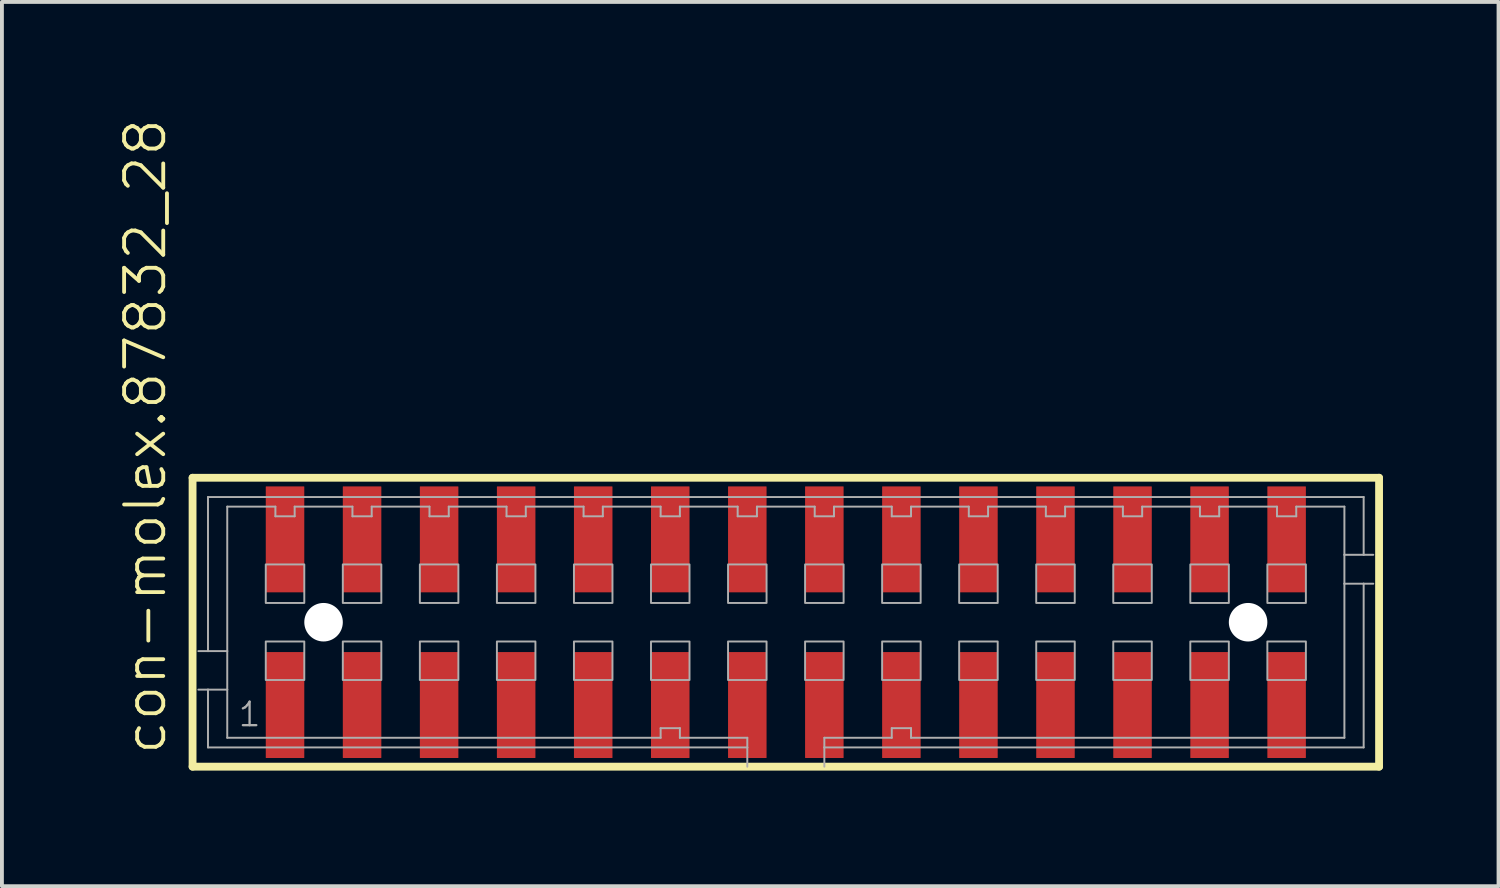
<source format=kicad_pcb>
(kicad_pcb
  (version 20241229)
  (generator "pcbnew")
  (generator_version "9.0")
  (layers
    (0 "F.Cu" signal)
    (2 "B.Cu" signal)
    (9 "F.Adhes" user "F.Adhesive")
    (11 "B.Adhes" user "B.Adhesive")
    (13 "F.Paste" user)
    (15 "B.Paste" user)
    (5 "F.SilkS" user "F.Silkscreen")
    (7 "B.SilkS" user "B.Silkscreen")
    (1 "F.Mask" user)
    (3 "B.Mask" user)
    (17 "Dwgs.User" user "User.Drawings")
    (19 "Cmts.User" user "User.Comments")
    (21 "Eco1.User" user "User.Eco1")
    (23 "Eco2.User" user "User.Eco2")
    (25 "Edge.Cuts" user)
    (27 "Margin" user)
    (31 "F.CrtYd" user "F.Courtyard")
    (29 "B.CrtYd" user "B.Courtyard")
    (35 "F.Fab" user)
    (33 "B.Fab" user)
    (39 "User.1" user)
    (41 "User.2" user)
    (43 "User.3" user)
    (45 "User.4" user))
  (footprint "con-molex.87832_28"
    (layer "F.Cu")
    (at 17.349 13.102)
    (property "Reference" "con-molex.87832_28" (at -16.032 3.493 90) (layer "F.SilkS") (effects (font (size 1.016 1.016) (thickness 0.1)) (justify left bottom)))
    (attr smd)
    (fp_line (start -15.4 -3.75) (end 15.4 -3.75) (stroke (width 0.203) (type default)) (layer "F.SilkS"))
    (fp_line (start -15.4 3.75) (end -15.4 -3.75) (stroke (width 0.203) (type default)) (layer "F.SilkS"))
    (fp_line (start 15.4 -3.75) (end 15.4 3.75) (stroke (width 0.203) (type default)) (layer "F.SilkS"))
    (fp_line (start 15.4 3.75) (end -15.4 3.75) (stroke (width 0.203) (type default)) (layer "F.SilkS"))
    (fp_line (start -15 -3.25) (end 15 -3.25) (stroke (width 0.051) (type default)) (layer "F.Fab"))
    (fp_line (start -15 0.75) (end -15.25 0.75) (stroke (width 0.051) (type default)) (layer "F.Fab"))
    (fp_line (start -15 0.75) (end -15 -3.25) (stroke (width 0.051) (type default)) (layer "F.Fab"))
    (fp_line (start -15 1.75) (end -15.25 1.75) (stroke (width 0.051) (type default)) (layer "F.Fab"))
    (fp_line (start -15 3.25) (end -15 1.75) (stroke (width 0.051) (type default)) (layer "F.Fab"))
    (fp_line (start -14.5 -3) (end -14.5 0.75) (stroke (width 0.051) (type default)) (layer "F.Fab"))
    (fp_line (start -14.5 0.75) (end -15 0.75) (stroke (width 0.051) (type default)) (layer "F.Fab"))
    (fp_line (start -14.5 0.75) (end -14.5 1.75) (stroke (width 0.051) (type default)) (layer "F.Fab"))
    (fp_line (start -14.5 1.75) (end -15 1.75) (stroke (width 0.051) (type default)) (layer "F.Fab"))
    (fp_line (start -14.5 1.75) (end -14.5 3) (stroke (width 0.051) (type default)) (layer "F.Fab"))
    (fp_line (start -14.5 3) (end -3.25 3) (stroke (width 0.051) (type default)) (layer "F.Fab"))
    (fp_line (start -13.25 -3) (end -14.5 -3) (stroke (width 0.051) (type default)) (layer "F.Fab"))
    (fp_line (start -13.25 -2.75) (end -13.25 -3) (stroke (width 0.051) (type default)) (layer "F.Fab"))
    (fp_line (start -12.75 -3) (end -12.75 -2.75) (stroke (width 0.051) (type default)) (layer "F.Fab"))
    (fp_line (start -12.75 -2.75) (end -13.25 -2.75) (stroke (width 0.051) (type default)) (layer "F.Fab"))
    (fp_line (start -11.25 -3) (end -12.75 -3) (stroke (width 0.051) (type default)) (layer "F.Fab"))
    (fp_line (start -11.25 -2.75) (end -11.25 -3) (stroke (width 0.051) (type default)) (layer "F.Fab"))
    (fp_line (start -10.75 -3) (end -10.75 -2.75) (stroke (width 0.051) (type default)) (layer "F.Fab"))
    (fp_line (start -10.75 -2.75) (end -11.25 -2.75) (stroke (width 0.051) (type default)) (layer "F.Fab"))
    (fp_line (start -9.25 -3) (end -10.75 -3) (stroke (width 0.051) (type default)) (layer "F.Fab"))
    (fp_line (start -9.25 -2.75) (end -9.25 -3) (stroke (width 0.051) (type default)) (layer "F.Fab"))
    (fp_line (start -8.75 -3) (end -8.75 -2.75) (stroke (width 0.051) (type default)) (layer "F.Fab"))
    (fp_line (start -8.75 -2.75) (end -9.25 -2.75) (stroke (width 0.051) (type default)) (layer "F.Fab"))
    (fp_line (start -7.25 -3) (end -8.75 -3) (stroke (width 0.051) (type default)) (layer "F.Fab"))
    (fp_line (start -7.25 -2.75) (end -7.25 -3) (stroke (width 0.051) (type default)) (layer "F.Fab"))
    (fp_line (start -6.75 -3) (end -6.75 -2.75) (stroke (width 0.051) (type default)) (layer "F.Fab"))
    (fp_line (start -6.75 -2.75) (end -7.25 -2.75) (stroke (width 0.051) (type default)) (layer "F.Fab"))
    (fp_line (start -5.25 -3) (end -6.75 -3) (stroke (width 0.051) (type default)) (layer "F.Fab"))
    (fp_line (start -5.25 -2.75) (end -5.25 -3) (stroke (width 0.051) (type default)) (layer "F.Fab"))
    (fp_line (start -4.75 -3) (end -4.75 -2.75) (stroke (width 0.051) (type default)) (layer "F.Fab"))
    (fp_line (start -4.75 -2.75) (end -5.25 -2.75) (stroke (width 0.051) (type default)) (layer "F.Fab"))
    (fp_line (start -3.25 -3) (end -4.75 -3) (stroke (width 0.051) (type default)) (layer "F.Fab"))
    (fp_line (start -3.25 -2.75) (end -3.25 -3) (stroke (width 0.051) (type default)) (layer "F.Fab"))
    (fp_line (start -3.25 2.75) (end -2.75 2.75) (stroke (width 0.051) (type default)) (layer "F.Fab"))
    (fp_line (start -3.25 3) (end -3.25 2.75) (stroke (width 0.051) (type default)) (layer "F.Fab"))
    (fp_line (start -2.75 -3) (end -2.75 -2.75) (stroke (width 0.051) (type default)) (layer "F.Fab"))
    (fp_line (start -2.75 -2.75) (end -3.25 -2.75) (stroke (width 0.051) (type default)) (layer "F.Fab"))
    (fp_line (start -2.75 2.75) (end -2.75 3) (stroke (width 0.051) (type default)) (layer "F.Fab"))
    (fp_line (start -2.75 3) (end -1 3) (stroke (width 0.051) (type default)) (layer "F.Fab"))
    (fp_line (start -1.25 -3) (end -2.75 -3) (stroke (width 0.051) (type default)) (layer "F.Fab"))
    (fp_line (start -1.25 -2.75) (end -1.25 -3) (stroke (width 0.051) (type default)) (layer "F.Fab"))
    (fp_line (start -1 3) (end -1 3.25) (stroke (width 0.051) (type default)) (layer "F.Fab"))
    (fp_line (start -1 3.25) (end -15 3.25) (stroke (width 0.051) (type default)) (layer "F.Fab"))
    (fp_line (start -1 3.25) (end -1 3.75) (stroke (width 0.051) (type default)) (layer "F.Fab"))
    (fp_line (start -0.75 -3) (end -0.75 -2.75) (stroke (width 0.051) (type default)) (layer "F.Fab"))
    (fp_line (start -0.75 -2.75) (end -1.25 -2.75) (stroke (width 0.051) (type default)) (layer "F.Fab"))
    (fp_line (start 0.75 -3) (end -0.75 -3) (stroke (width 0.051) (type default)) (layer "F.Fab"))
    (fp_line (start 0.75 -2.75) (end 0.75 -3) (stroke (width 0.051) (type default)) (layer "F.Fab"))
    (fp_line (start 1 3) (end 2.75 3) (stroke (width 0.051) (type default)) (layer "F.Fab"))
    (fp_line (start 1 3.25) (end 1 3) (stroke (width 0.051) (type default)) (layer "F.Fab"))
    (fp_line (start 1 3.75) (end 1 3.25) (stroke (width 0.051) (type default)) (layer "F.Fab"))
    (fp_line (start 1.25 -3) (end 1.25 -2.75) (stroke (width 0.051) (type default)) (layer "F.Fab"))
    (fp_line (start 1.25 -2.75) (end 0.75 -2.75) (stroke (width 0.051) (type default)) (layer "F.Fab"))
    (fp_line (start 2.75 -3) (end 1.25 -3) (stroke (width 0.051) (type default)) (layer "F.Fab"))
    (fp_line (start 2.75 -2.75) (end 2.75 -3) (stroke (width 0.051) (type default)) (layer "F.Fab"))
    (fp_line (start 2.75 2.75) (end 3.25 2.75) (stroke (width 0.051) (type default)) (layer "F.Fab"))
    (fp_line (start 2.75 3) (end 2.75 2.75) (stroke (width 0.051) (type default)) (layer "F.Fab"))
    (fp_line (start 3.25 -3) (end 3.25 -2.75) (stroke (width 0.051) (type default)) (layer "F.Fab"))
    (fp_line (start 3.25 -2.75) (end 2.75 -2.75) (stroke (width 0.051) (type default)) (layer "F.Fab"))
    (fp_line (start 3.25 2.75) (end 3.25 3) (stroke (width 0.051) (type default)) (layer "F.Fab"))
    (fp_line (start 3.25 3) (end 14.5 3) (stroke (width 0.051) (type default)) (layer "F.Fab"))
    (fp_line (start 4.75 -3) (end 3.25 -3) (stroke (width 0.051) (type default)) (layer "F.Fab"))
    (fp_line (start 4.75 -2.75) (end 4.75 -3) (stroke (width 0.051) (type default)) (layer "F.Fab"))
    (fp_line (start 5.25 -3) (end 5.25 -2.75) (stroke (width 0.051) (type default)) (layer "F.Fab"))
    (fp_line (start 5.25 -2.75) (end 4.75 -2.75) (stroke (width 0.051) (type default)) (layer "F.Fab"))
    (fp_line (start 6.75 -3) (end 5.25 -3) (stroke (width 0.051) (type default)) (layer "F.Fab"))
    (fp_line (start 6.75 -2.75) (end 6.75 -3) (stroke (width 0.051) (type default)) (layer "F.Fab"))
    (fp_line (start 7.25 -3) (end 7.25 -2.75) (stroke (width 0.051) (type default)) (layer "F.Fab"))
    (fp_line (start 7.25 -2.75) (end 6.75 -2.75) (stroke (width 0.051) (type default)) (layer "F.Fab"))
    (fp_line (start 8.75 -3) (end 7.25 -3) (stroke (width 0.051) (type default)) (layer "F.Fab"))
    (fp_line (start 8.75 -2.75) (end 8.75 -3) (stroke (width 0.051) (type default)) (layer "F.Fab"))
    (fp_line (start 9.25 -3) (end 9.25 -2.75) (stroke (width 0.051) (type default)) (layer "F.Fab"))
    (fp_line (start 9.25 -2.75) (end 8.75 -2.75) (stroke (width 0.051) (type default)) (layer "F.Fab"))
    (fp_line (start 10.75 -3) (end 9.25 -3) (stroke (width 0.051) (type default)) (layer "F.Fab"))
    (fp_line (start 10.75 -2.75) (end 10.75 -3) (stroke (width 0.051) (type default)) (layer "F.Fab"))
    (fp_line (start 11.25 -3) (end 11.25 -2.75) (stroke (width 0.051) (type default)) (layer "F.Fab"))
    (fp_line (start 11.25 -2.75) (end 10.75 -2.75) (stroke (width 0.051) (type default)) (layer "F.Fab"))
    (fp_line (start 12.75 -3) (end 11.25 -3) (stroke (width 0.051) (type default)) (layer "F.Fab"))
    (fp_line (start 12.75 -2.75) (end 12.75 -3) (stroke (width 0.051) (type default)) (layer "F.Fab"))
    (fp_line (start 13.25 -3) (end 13.25 -2.75) (stroke (width 0.051) (type default)) (layer "F.Fab"))
    (fp_line (start 13.25 -2.75) (end 12.75 -2.75) (stroke (width 0.051) (type default)) (layer "F.Fab"))
    (fp_line (start 14.5 -3) (end 13.25 -3) (stroke (width 0.051) (type default)) (layer "F.Fab"))
    (fp_line (start 14.5 -1.75) (end 14.5 -3) (stroke (width 0.051) (type default)) (layer "F.Fab"))
    (fp_line (start 14.5 -1.75) (end 15 -1.75) (stroke (width 0.051) (type default)) (layer "F.Fab"))
    (fp_line (start 14.5 -1) (end 14.5 -1.75) (stroke (width 0.051) (type default)) (layer "F.Fab"))
    (fp_line (start 14.5 -1) (end 15 -1) (stroke (width 0.051) (type default)) (layer "F.Fab"))
    (fp_line (start 14.5 3) (end 14.5 -1) (stroke (width 0.051) (type default)) (layer "F.Fab"))
    (fp_line (start 15 -3.25) (end 15 -1.75) (stroke (width 0.051) (type default)) (layer "F.Fab"))
    (fp_line (start 15 -1.75) (end 15.25 -1.75) (stroke (width 0.051) (type default)) (layer "F.Fab"))
    (fp_line (start 15 -1) (end 15 3.25) (stroke (width 0.051) (type default)) (layer "F.Fab"))
    (fp_line (start 15 -1) (end 15.25 -1) (stroke (width 0.051) (type default)) (layer "F.Fab"))
    (fp_line (start 15 3.25) (end 1 3.25) (stroke (width 0.051) (type default)) (layer "F.Fab"))
    (fp_rect (start -13.5 -0.5) (end -12.5 -1.5) (stroke (width 0.05) (type default)) (fill no) (layer "F.Fab"))
    (fp_rect (start -13.5 1.5) (end -12.5 0.5) (stroke (width 0.05) (type default)) (fill no) (layer "F.Fab"))
    (fp_rect (start -11.5 -0.5) (end -10.5 -1.5) (stroke (width 0.05) (type default)) (fill no) (layer "F.Fab"))
    (fp_rect (start -11.5 1.5) (end -10.5 0.5) (stroke (width 0.05) (type default)) (fill no) (layer "F.Fab"))
    (fp_rect (start -9.5 -0.5) (end -8.5 -1.5) (stroke (width 0.05) (type default)) (fill no) (layer "F.Fab"))
    (fp_rect (start -9.5 1.5) (end -8.5 0.5) (stroke (width 0.05) (type default)) (fill no) (layer "F.Fab"))
    (fp_rect (start -7.5 -0.5) (end -6.5 -1.5) (stroke (width 0.05) (type default)) (fill no) (layer "F.Fab"))
    (fp_rect (start -7.5 1.5) (end -6.5 0.5) (stroke (width 0.05) (type default)) (fill no) (layer "F.Fab"))
    (fp_rect (start -5.5 -0.5) (end -4.5 -1.5) (stroke (width 0.05) (type default)) (fill no) (layer "F.Fab"))
    (fp_rect (start -5.5 1.5) (end -4.5 0.5) (stroke (width 0.05) (type default)) (fill no) (layer "F.Fab"))
    (fp_rect (start -3.5 -0.5) (end -2.5 -1.5) (stroke (width 0.05) (type default)) (fill no) (layer "F.Fab"))
    (fp_rect (start -3.5 1.5) (end -2.5 0.5) (stroke (width 0.05) (type default)) (fill no) (layer "F.Fab"))
    (fp_rect (start -1.5 -0.5) (end -0.5 -1.5) (stroke (width 0.05) (type default)) (fill no) (layer "F.Fab"))
    (fp_rect (start -1.5 1.5) (end -0.5 0.5) (stroke (width 0.05) (type default)) (fill no) (layer "F.Fab"))
    (fp_rect (start 0.5 -0.5) (end 1.5 -1.5) (stroke (width 0.05) (type default)) (fill no) (layer "F.Fab"))
    (fp_rect (start 0.5 1.5) (end 1.5 0.5) (stroke (width 0.05) (type default)) (fill no) (layer "F.Fab"))
    (fp_rect (start 2.5 -0.5) (end 3.5 -1.5) (stroke (width 0.05) (type default)) (fill no) (layer "F.Fab"))
    (fp_rect (start 2.5 1.5) (end 3.5 0.5) (stroke (width 0.05) (type default)) (fill no) (layer "F.Fab"))
    (fp_rect (start 4.5 -0.5) (end 5.5 -1.5) (stroke (width 0.05) (type default)) (fill no) (layer "F.Fab"))
    (fp_rect (start 4.5 1.5) (end 5.5 0.5) (stroke (width 0.05) (type default)) (fill no) (layer "F.Fab"))
    (fp_rect (start 6.5 -0.5) (end 7.5 -1.5) (stroke (width 0.05) (type default)) (fill no) (layer "F.Fab"))
    (fp_rect (start 6.5 1.5) (end 7.5 0.5) (stroke (width 0.05) (type default)) (fill no) (layer "F.Fab"))
    (fp_rect (start 8.5 -0.5) (end 9.5 -1.5) (stroke (width 0.05) (type default)) (fill no) (layer "F.Fab"))
    (fp_rect (start 8.5 1.5) (end 9.5 0.5) (stroke (width 0.05) (type default)) (fill no) (layer "F.Fab"))
    (fp_rect (start 10.5 -0.5) (end 11.5 -1.5) (stroke (width 0.05) (type default)) (fill no) (layer "F.Fab"))
    (fp_rect (start 10.5 1.5) (end 11.5 0.5) (stroke (width 0.05) (type default)) (fill no) (layer "F.Fab"))
    (fp_rect (start 12.5 -0.5) (end 13.5 -1.5) (stroke (width 0.05) (type default)) (fill no) (layer "F.Fab"))
    (fp_rect (start 12.5 1.5) (end 13.5 0.5) (stroke (width 0.05) (type default)) (fill no) (layer "F.Fab"))
    (fp_text user "1" (at -14.25 2.75 0) (layer "F.Fab") (effects (font (size 0.61 0.61) (thickness 0.06)) (justify left bottom)))
    (pad "" np_thru_hole circle (at -12 0) (size 1 1) (drill 1) (layers "*.Cu" "*.Mask"))
    (pad "" np_thru_hole circle (at 12 0) (size 1 1) (drill 1) (layers "*.Cu" "*.Mask"))
    (pad "1" smd roundrect (at -13 2.15) (size 1 2.75) (layers "F.Cu" "F.Mask" "F.Paste") (roundrect_rratio 0.01))
    (pad "2" smd roundrect (at -13 -2.15) (size 1 2.75) (layers "F.Cu" "F.Mask" "F.Paste") (roundrect_rratio 0.01))
    (pad "3" smd roundrect (at -11 2.15) (size 1 2.75) (layers "F.Cu" "F.Mask" "F.Paste") (roundrect_rratio 0.01))
    (pad "4" smd roundrect (at -11 -2.15) (size 1 2.75) (layers "F.Cu" "F.Mask" "F.Paste") (roundrect_rratio 0.01))
    (pad "5" smd roundrect (at -9 2.15) (size 1 2.75) (layers "F.Cu" "F.Mask" "F.Paste") (roundrect_rratio 0.01))
    (pad "6" smd roundrect (at -9 -2.15) (size 1 2.75) (layers "F.Cu" "F.Mask" "F.Paste") (roundrect_rratio 0.01))
    (pad "7" smd roundrect (at -7 2.15) (size 1 2.75) (layers "F.Cu" "F.Mask" "F.Paste") (roundrect_rratio 0.01))
    (pad "8" smd roundrect (at -7 -2.15) (size 1 2.75) (layers "F.Cu" "F.Mask" "F.Paste") (roundrect_rratio 0.01))
    (pad "9" smd roundrect (at -5 2.15 180) (size 1 2.75) (layers "F.Cu" "F.Mask" "F.Paste") (roundrect_rratio 0.01))
    (pad "10" smd roundrect (at -5 -2.15 180) (size 1 2.75) (layers "F.Cu" "F.Mask" "F.Paste") (roundrect_rratio 0.01))
    (pad "11" smd roundrect (at -3 2.15) (size 1 2.75) (layers "F.Cu" "F.Mask" "F.Paste") (roundrect_rratio 0.01))
    (pad "12" smd roundrect (at -3 -2.15) (size 1 2.75) (layers "F.Cu" "F.Mask" "F.Paste") (roundrect_rratio 0.01))
    (pad "13" smd roundrect (at -1 2.15) (size 1 2.75) (layers "F.Cu" "F.Mask" "F.Paste") (roundrect_rratio 0.01))
    (pad "14" smd roundrect (at -1 -2.15) (size 1 2.75) (layers "F.Cu" "F.Mask" "F.Paste") (roundrect_rratio 0.01))
    (pad "15" smd roundrect (at 1 2.15 180) (size 1 2.75) (layers "F.Cu" "F.Mask" "F.Paste") (roundrect_rratio 0.01))
    (pad "16" smd roundrect (at 1 -2.15) (size 1 2.75) (layers "F.Cu" "F.Mask" "F.Paste") (roundrect_rratio 0.01))
    (pad "17" smd roundrect (at 3 2.15 180) (size 1 2.75) (layers "F.Cu" "F.Mask" "F.Paste") (roundrect_rratio 0.01))
    (pad "18" smd roundrect (at 3 -2.15) (size 1 2.75) (layers "F.Cu" "F.Mask" "F.Paste") (roundrect_rratio 0.01))
    (pad "19" smd roundrect (at 5 2.15 180) (size 1 2.75) (layers "F.Cu" "F.Mask" "F.Paste") (roundrect_rratio 0.01))
    (pad "20" smd roundrect (at 5 -2.15) (size 1 2.75) (layers "F.Cu" "F.Mask" "F.Paste") (roundrect_rratio 0.01))
    (pad "21" smd roundrect (at 7 2.15 180) (size 1 2.75) (layers "F.Cu" "F.Mask" "F.Paste") (roundrect_rratio 0.01))
    (pad "22" smd roundrect (at 7 -2.15) (size 1 2.75) (layers "F.Cu" "F.Mask" "F.Paste") (roundrect_rratio 0.01))
    (pad "23" smd roundrect (at 9 2.15 180) (size 1 2.75) (layers "F.Cu" "F.Mask" "F.Paste") (roundrect_rratio 0.01))
    (pad "24" smd roundrect (at 9 -2.15) (size 1 2.75) (layers "F.Cu" "F.Mask" "F.Paste") (roundrect_rratio 0.01))
    (pad "25" smd roundrect (at 11 2.15 180) (size 1 2.75) (layers "F.Cu" "F.Mask" "F.Paste") (roundrect_rratio 0.01))
    (pad "26" smd roundrect (at 11 -2.15) (size 1 2.75) (layers "F.Cu" "F.Mask" "F.Paste") (roundrect_rratio 0.01))
    (pad "27" smd roundrect (at 13 2.15 180) (size 1 2.75) (layers "F.Cu" "F.Mask" "F.Paste") (roundrect_rratio 0.01))
    (pad "28" smd roundrect (at 13 -2.15) (size 1 2.75) (layers "F.Cu" "F.Mask" "F.Paste") (roundrect_rratio 0.01)))
  (gr_rect
    (start -3 -3)
    (end 35.85 19.954)
    (stroke (width 0.1) (type default))
    (fill no)
    (layer "Edge.Cuts")))
</source>
